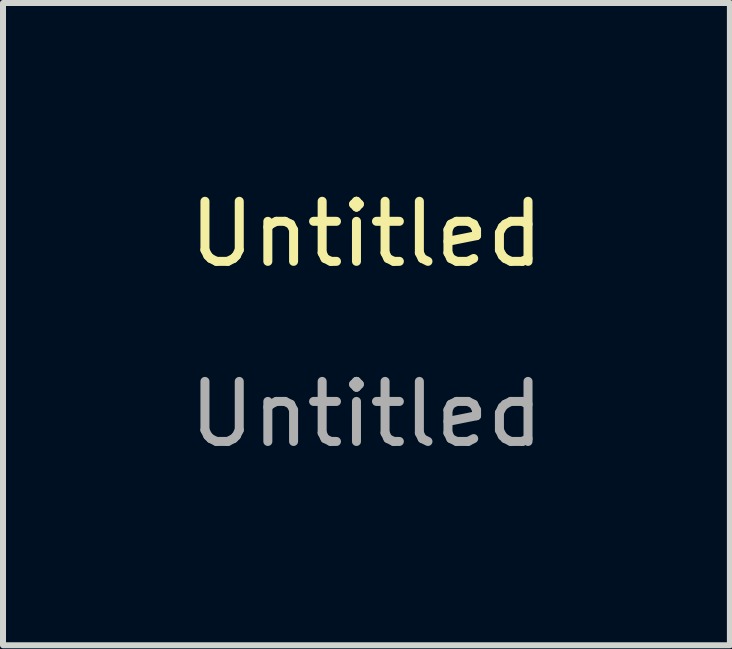
<source format=kicad_pcb>
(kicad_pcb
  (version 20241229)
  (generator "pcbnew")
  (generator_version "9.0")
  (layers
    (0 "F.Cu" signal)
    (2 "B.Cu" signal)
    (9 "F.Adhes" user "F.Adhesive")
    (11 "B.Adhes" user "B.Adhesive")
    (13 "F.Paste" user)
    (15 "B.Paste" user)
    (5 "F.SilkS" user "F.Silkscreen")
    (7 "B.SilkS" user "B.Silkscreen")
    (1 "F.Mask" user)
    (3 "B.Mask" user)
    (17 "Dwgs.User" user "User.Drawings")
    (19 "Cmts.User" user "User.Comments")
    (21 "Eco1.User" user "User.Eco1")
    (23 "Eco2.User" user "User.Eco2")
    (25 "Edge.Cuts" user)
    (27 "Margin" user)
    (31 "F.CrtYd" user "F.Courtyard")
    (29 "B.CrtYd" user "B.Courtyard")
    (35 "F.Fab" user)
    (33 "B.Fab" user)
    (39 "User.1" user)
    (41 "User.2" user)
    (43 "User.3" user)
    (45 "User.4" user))
  (footprint "Untitled"
    (layer "F.Cu")
    (at 3.054 1.348)
    (property "Reference" "Untitled" (at 0 -0.5 0) (unlocked yes) (layer "F.SilkS") (effects (font (size 1 1) (thickness 0.15))))
    (attr through_hole)
    (fp_text user "${REFERENCE}" (at 0 2.5 0) (unlocked yes) (layer "F.Fab") (effects (font (size 1 1) (thickness 0.15)))))
  (gr_rect
    (start -3 -3)
    (end 9.107 7.697)
    (stroke (width 0.1) (type default))
    (fill no)
    (layer "Edge.Cuts")))
</source>
